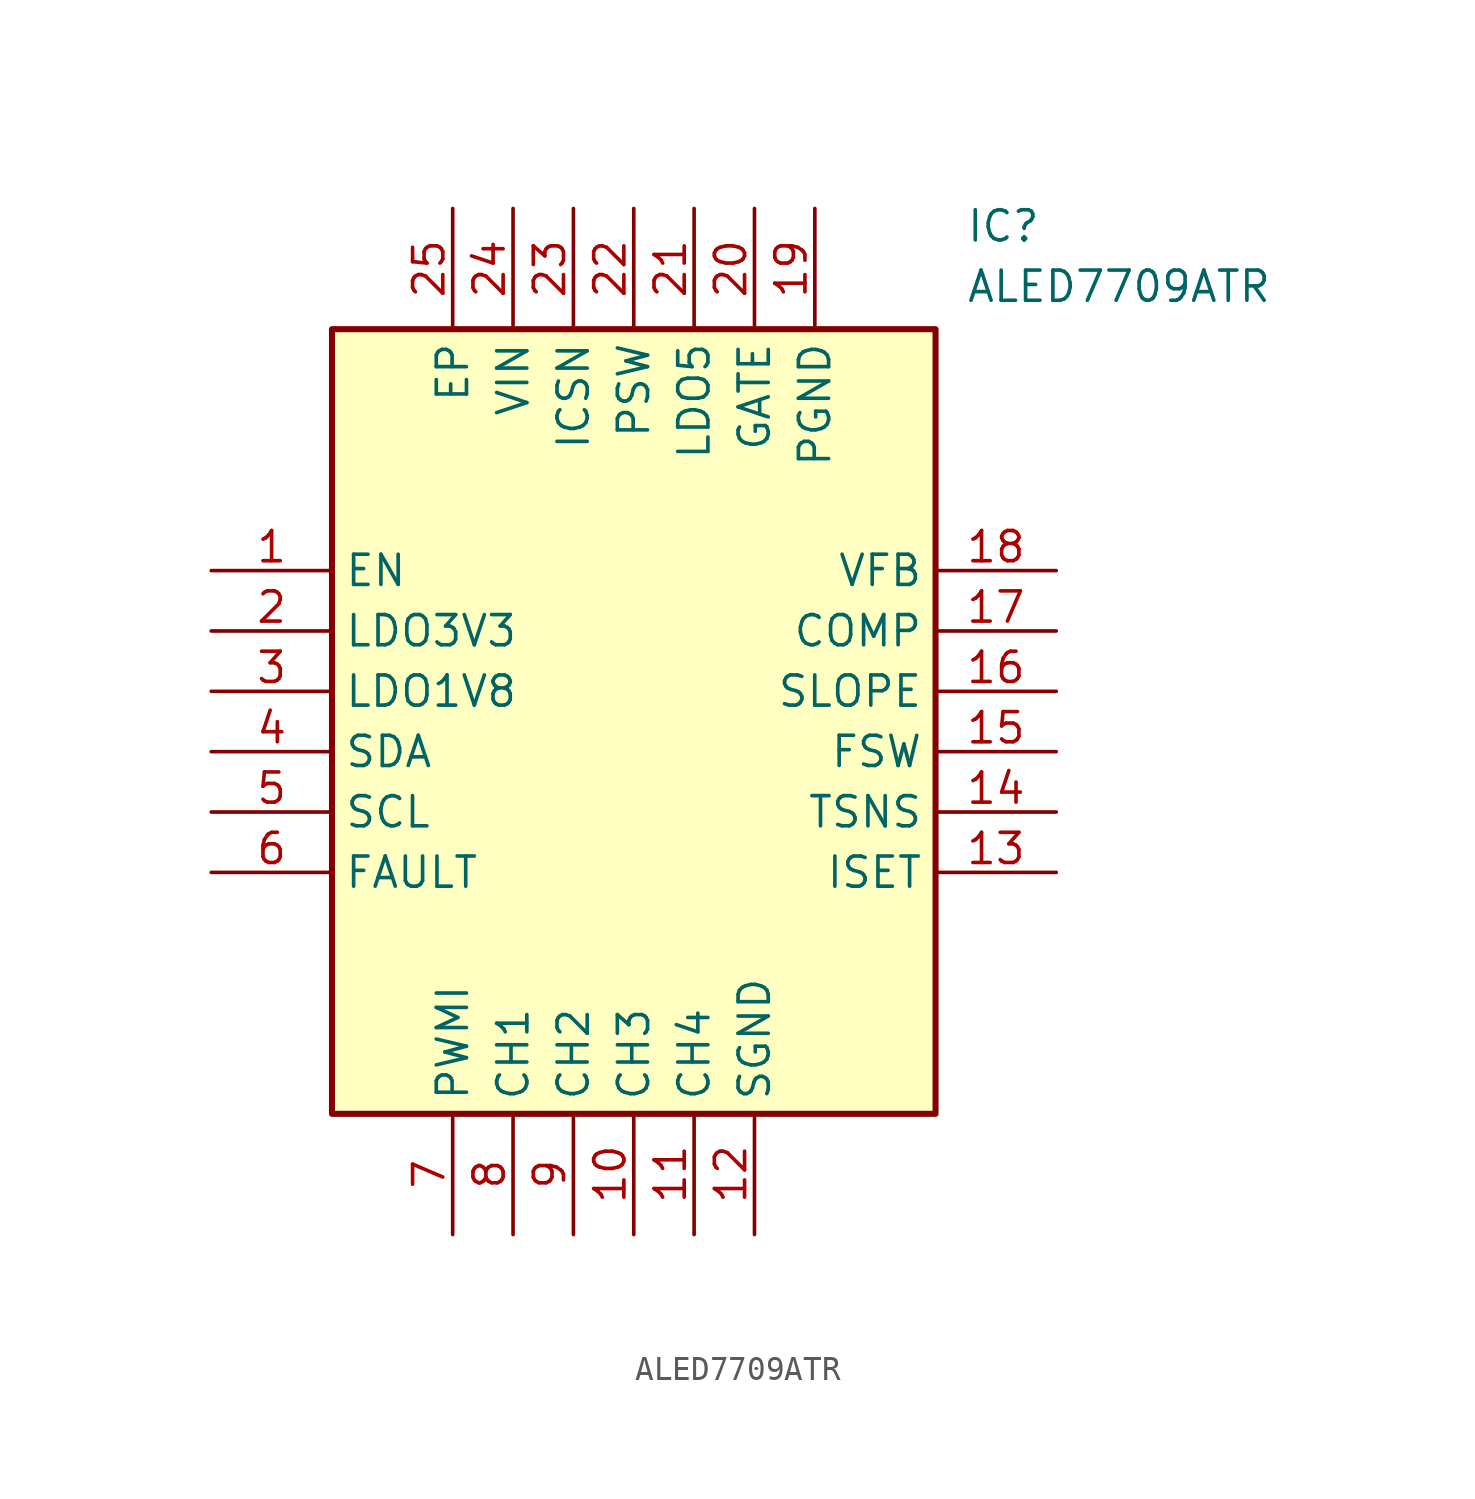
<source format=kicad_sym>
(kicad_symbol_lib
  (version 20211014)
  (generator SamacSys_ECAD_Model)
  (symbol "ALED7709ATR"
    (property "Reference" "IC"
      (at 31.75 15.24 0)
      (effects (font (size 1.27 1.27)) (justify left top)))
    (property "Value" "ALED7709ATR"
      (at 31.75 12.7 0)
      (effects (font (size 1.27 1.27)) (justify left top)))
    (rectangle
      (start 5.08 10.16)
      (end 30.48 -22.86)
      (stroke (width 0.254) (type default))
      (fill (type background)))
    (pin passive line
      (at 0 0 0)
      (length 5.08)
      (name "EN" (effects (font (size 1.27 1.27))))
      (number "1" (effects (font (size 1.27 1.27)))))
    (pin passive line
      (at 0 -2.54 0)
      (length 5.08)
      (name "LDO3V3" (effects (font (size 1.27 1.27))))
      (number "2" (effects (font (size 1.27 1.27)))))
    (pin passive line
      (at 0 -5.08 0)
      (length 5.08)
      (name "LDO1V8" (effects (font (size 1.27 1.27))))
      (number "3" (effects (font (size 1.27 1.27)))))
    (pin passive line
      (at 0 -7.62 0)
      (length 5.08)
      (name "SDA" (effects (font (size 1.27 1.27))))
      (number "4" (effects (font (size 1.27 1.27)))))
    (pin passive line
      (at 0 -10.16 0)
      (length 5.08)
      (name "SCL" (effects (font (size 1.27 1.27))))
      (number "5" (effects (font (size 1.27 1.27)))))
    (pin passive line
      (at 0 -12.7 0)
      (length 5.08)
      (name "FAULT" (effects (font (size 1.27 1.27))))
      (number "6" (effects (font (size 1.27 1.27)))))
    (pin passive line
      (at 10.16 -27.94 90)
      (length 5.08)
      (name "PWMI" (effects (font (size 1.27 1.27))))
      (number "7" (effects (font (size 1.27 1.27)))))
    (pin passive line
      (at 12.7 -27.94 90)
      (length 5.08)
      (name "CH1" (effects (font (size 1.27 1.27))))
      (number "8" (effects (font (size 1.27 1.27)))))
    (pin passive line
      (at 15.24 -27.94 90)
      (length 5.08)
      (name "CH2" (effects (font (size 1.27 1.27))))
      (number "9" (effects (font (size 1.27 1.27)))))
    (pin passive line
      (at 17.78 -27.94 90)
      (length 5.08)
      (name "CH3" (effects (font (size 1.27 1.27))))
      (number "10" (effects (font (size 1.27 1.27)))))
    (pin passive line
      (at 20.32 -27.94 90)
      (length 5.08)
      (name "CH4" (effects (font (size 1.27 1.27))))
      (number "11" (effects (font (size 1.27 1.27)))))
    (pin passive line
      (at 22.86 -27.94 90)
      (length 5.08)
      (name "SGND" (effects (font (size 1.27 1.27))))
      (number "12" (effects (font (size 1.27 1.27)))))
    (pin passive line
      (at 35.56 0 180)
      (length 5.08)
      (name "VFB" (effects (font (size 1.27 1.27))))
      (number "18" (effects (font (size 1.27 1.27)))))
    (pin passive line
      (at 35.56 -2.54 180)
      (length 5.08)
      (name "COMP" (effects (font (size 1.27 1.27))))
      (number "17" (effects (font (size 1.27 1.27)))))
    (pin passive line
      (at 35.56 -5.08 180)
      (length 5.08)
      (name "SLOPE" (effects (font (size 1.27 1.27))))
      (number "16" (effects (font (size 1.27 1.27)))))
    (pin passive line
      (at 35.56 -7.62 180)
      (length 5.08)
      (name "FSW" (effects (font (size 1.27 1.27))))
      (number "15" (effects (font (size 1.27 1.27)))))
    (pin passive line
      (at 35.56 -10.16 180)
      (length 5.08)
      (name "TSNS" (effects (font (size 1.27 1.27))))
      (number "14" (effects (font (size 1.27 1.27)))))
    (pin passive line
      (at 35.56 -12.7 180)
      (length 5.08)
      (name "ISET" (effects (font (size 1.27 1.27))))
      (number "13" (effects (font (size 1.27 1.27)))))
    (pin passive line
      (at 10.16 15.24 270)
      (length 5.08)
      (name "EP" (effects (font (size 1.27 1.27))))
      (number "25" (effects (font (size 1.27 1.27)))))
    (pin passive line
      (at 12.7 15.24 270)
      (length 5.08)
      (name "VIN" (effects (font (size 1.27 1.27))))
      (number "24" (effects (font (size 1.27 1.27)))))
    (pin passive line
      (at 15.24 15.24 270)
      (length 5.08)
      (name "ICSN" (effects (font (size 1.27 1.27))))
      (number "23" (effects (font (size 1.27 1.27)))))
    (pin passive line
      (at 17.78 15.24 270)
      (length 5.08)
      (name "PSW" (effects (font (size 1.27 1.27))))
      (number "22" (effects (font (size 1.27 1.27)))))
    (pin passive line
      (at 20.32 15.24 270)
      (length 5.08)
      (name "LDO5" (effects (font (size 1.27 1.27))))
      (number "21" (effects (font (size 1.27 1.27)))))
    (pin passive line
      (at 22.86 15.24 270)
      (length 5.08)
      (name "GATE" (effects (font (size 1.27 1.27))))
      (number "20" (effects (font (size 1.27 1.27)))))
    (pin passive line
      (at 25.4 15.24 270)
      (length 5.08)
      (name "PGND" (effects (font (size 1.27 1.27))))
      (number "19" (effects (font (size 1.27 1.27)))))))
</source>
